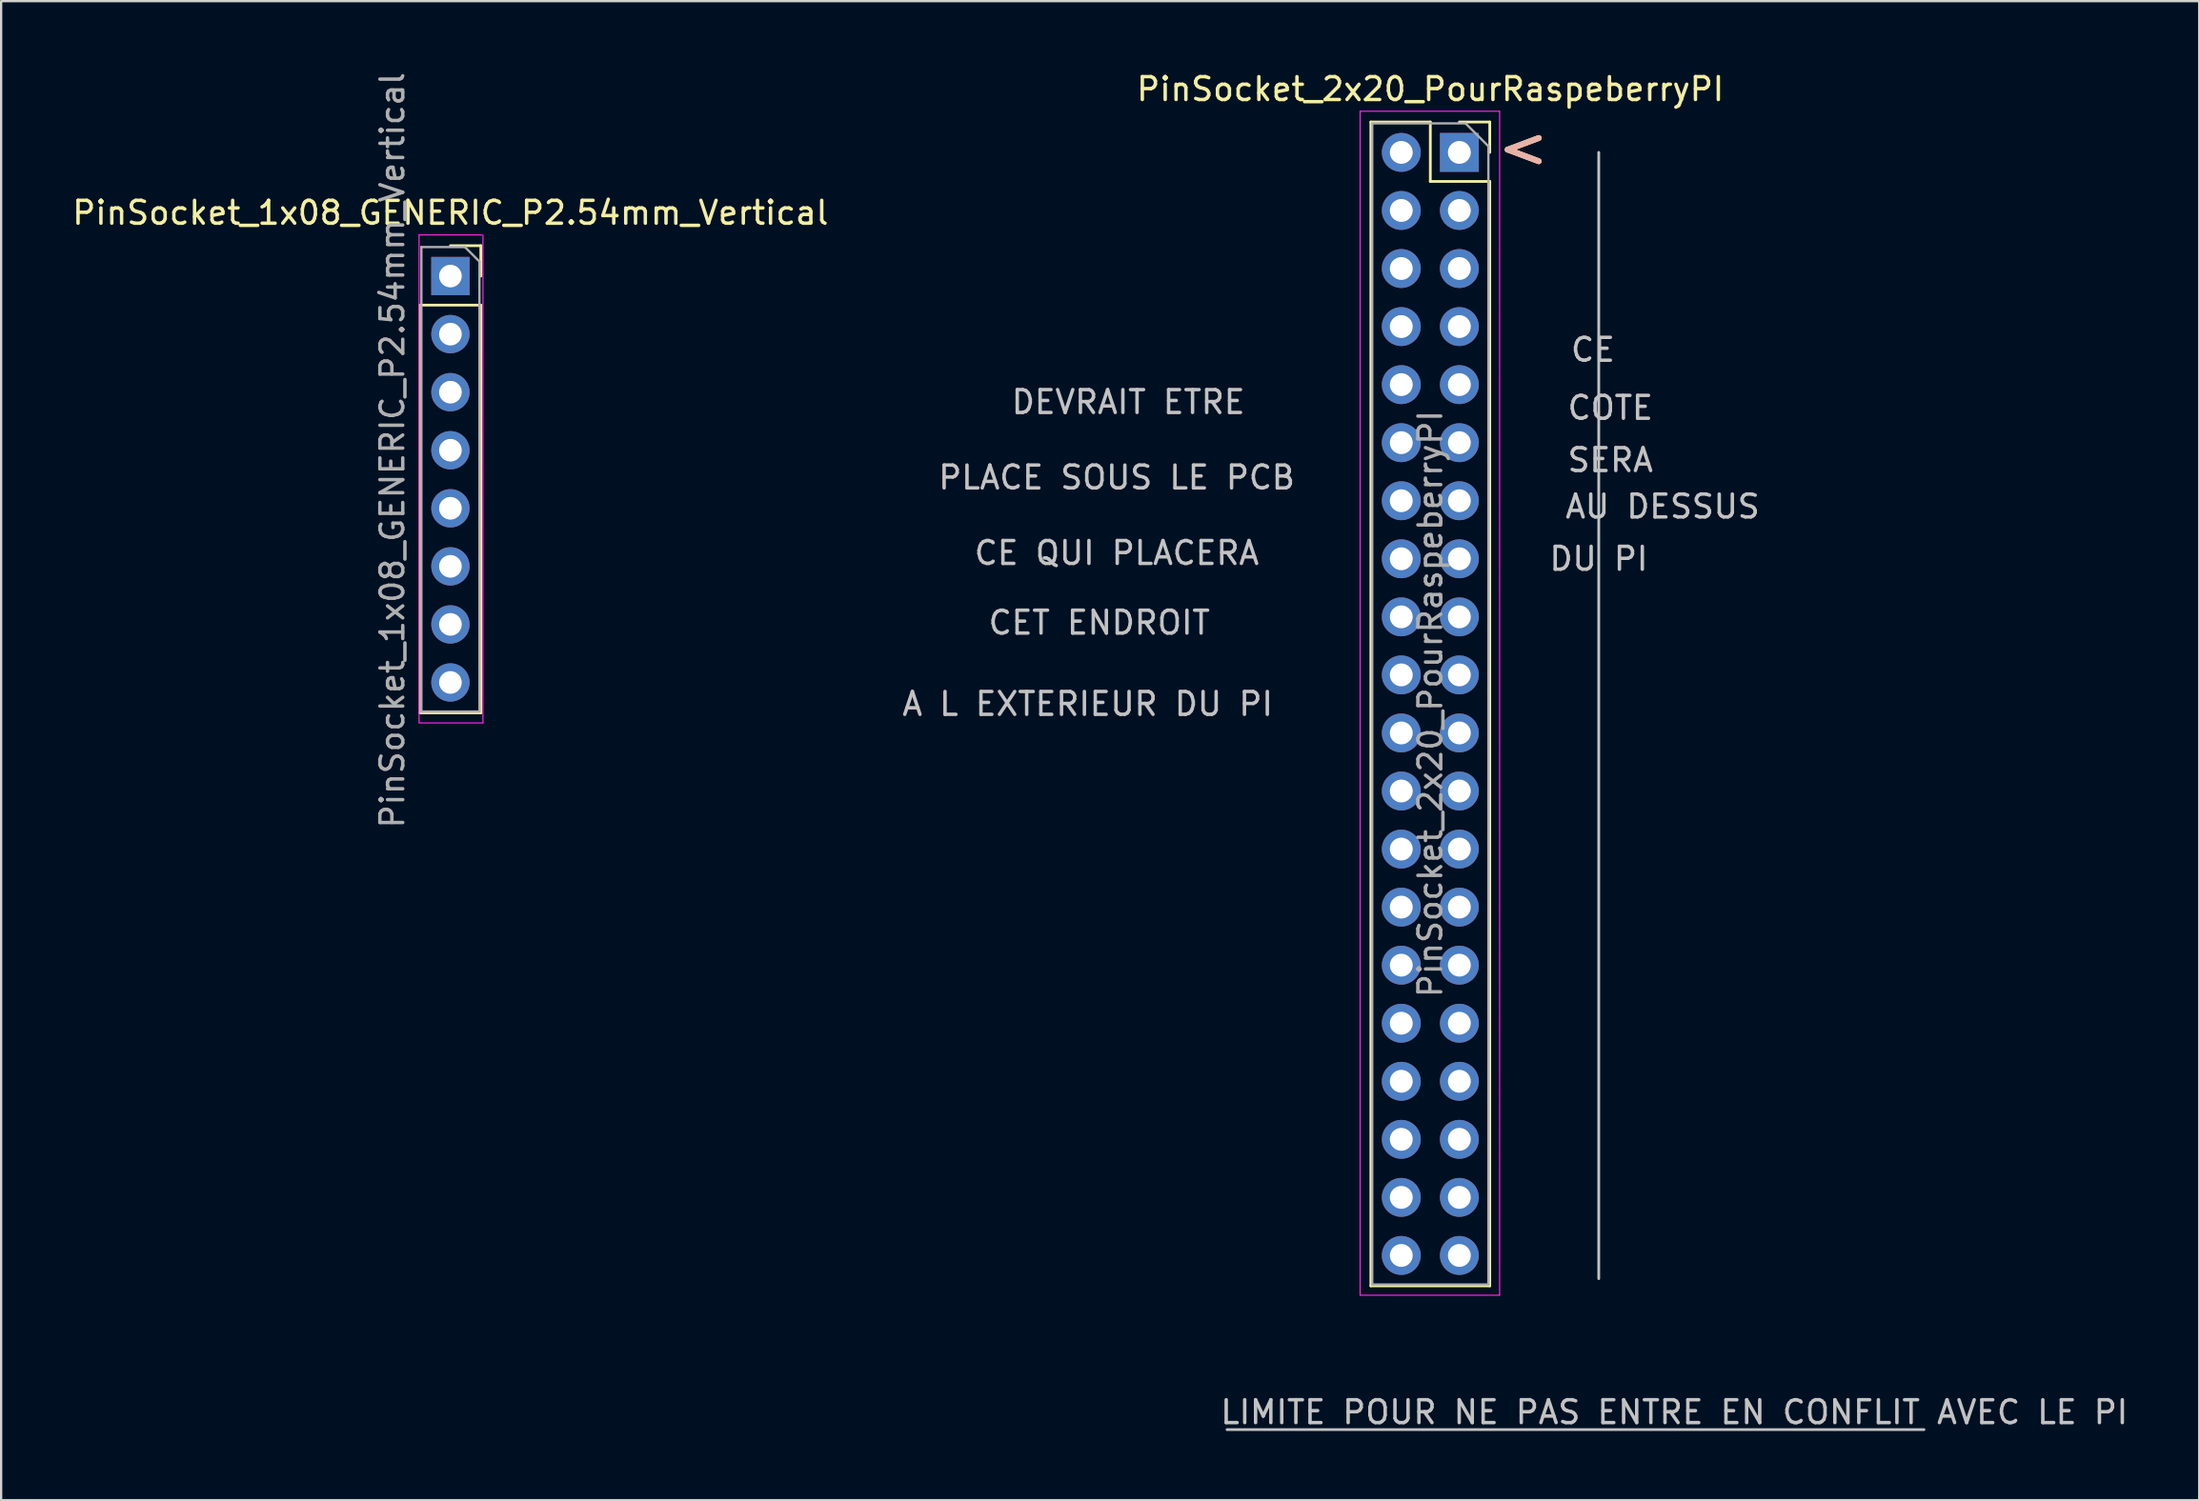
<source format=kicad_pcb>
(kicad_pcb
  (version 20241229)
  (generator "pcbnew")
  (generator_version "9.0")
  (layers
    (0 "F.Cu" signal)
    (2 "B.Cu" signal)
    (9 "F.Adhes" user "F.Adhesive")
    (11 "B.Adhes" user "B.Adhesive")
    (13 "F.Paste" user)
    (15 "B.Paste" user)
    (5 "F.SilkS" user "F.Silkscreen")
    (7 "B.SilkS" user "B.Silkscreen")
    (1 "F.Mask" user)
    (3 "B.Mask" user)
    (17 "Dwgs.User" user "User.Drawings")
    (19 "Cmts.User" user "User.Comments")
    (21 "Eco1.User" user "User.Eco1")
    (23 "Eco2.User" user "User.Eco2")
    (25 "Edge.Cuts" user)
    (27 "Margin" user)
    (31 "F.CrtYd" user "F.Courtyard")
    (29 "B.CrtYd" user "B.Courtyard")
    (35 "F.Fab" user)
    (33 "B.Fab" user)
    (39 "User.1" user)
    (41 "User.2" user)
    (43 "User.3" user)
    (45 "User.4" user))
  (footprint "PinSocket_2x20_PourRaspeberryPI"
    (layer "F.Cu")
    (at 60.774 3.618)
    (property "Reference" "PinSocket_2x20_PourRaspeberryPI" (at -1.27 -2.77 0) (layer "F.SilkS") (effects (font (size 1 1) (thickness 0.15))))
    (attr through_hole)
    (fp_line (start -3.87 -1.33) (end -3.87 49.59) (stroke (width 0.12) (type solid)) (layer "F.SilkS"))
    (fp_line (start -3.87 -1.33) (end -1.27 -1.33) (stroke (width 0.12) (type solid)) (layer "F.SilkS"))
    (fp_line (start -3.87 49.59) (end 1.33 49.59) (stroke (width 0.12) (type solid)) (layer "F.SilkS"))
    (fp_line (start -1.27 -1.33) (end -1.27 1.27) (stroke (width 0.12) (type solid)) (layer "F.SilkS"))
    (fp_line (start -1.27 1.27) (end 1.33 1.27) (stroke (width 0.12) (type solid)) (layer "F.SilkS"))
    (fp_line (start 0 -1.33) (end 1.33 -1.33) (stroke (width 0.12) (type solid)) (layer "F.SilkS"))
    (fp_line (start 1.33 -1.33) (end 1.33 0) (stroke (width 0.12) (type solid)) (layer "F.SilkS"))
    (fp_line (start 1.33 1.27) (end 1.33 49.59) (stroke (width 0.12) (type solid)) (layer "F.SilkS"))
    (fp_line (start -10.16 55.88) (end 20.32 55.88) (stroke (width 0.12) (type solid)) (layer "Dwgs.User"))
    (fp_line (start 6.096 49.276) (end 6.096 0) (stroke (width 0.12) (type solid)) (layer "Dwgs.User"))
    (fp_line (start -4.34 -1.8) (end 1.76 -1.8) (stroke (width 0.05) (type solid)) (layer "F.CrtYd"))
    (fp_line (start -4.34 50) (end -4.34 -1.8) (stroke (width 0.05) (type solid)) (layer "F.CrtYd"))
    (fp_line (start 1.76 -1.8) (end 1.76 50) (stroke (width 0.05) (type solid)) (layer "F.CrtYd"))
    (fp_line (start 1.76 50) (end -4.34 50) (stroke (width 0.05) (type solid)) (layer "F.CrtYd"))
    (fp_line (start -3.81 -1.27) (end 0.27 -1.27) (stroke (width 0.1) (type solid)) (layer "F.Fab"))
    (fp_line (start -3.81 49.53) (end -3.81 -1.27) (stroke (width 0.1) (type solid)) (layer "F.Fab"))
    (fp_line (start 0.27 -1.27) (end 1.27 -0.27) (stroke (width 0.1) (type solid)) (layer "F.Fab"))
    (fp_line (start 1.27 -0.27) (end 1.27 49.53) (stroke (width 0.1) (type solid)) (layer "F.Fab"))
    (fp_line (start 1.27 49.53) (end -3.81 49.53) (stroke (width 0.1) (type solid)) (layer "F.Fab"))
    (fp_text user "<" (at 2.794 -0.254 0) (unlocked yes) (layer "F.SilkS") (effects (font (size 1.778 1.778) (thickness 0.254))))
    (fp_text user "<" (at 2.794 -0.254 0) (unlocked yes) (layer "B.SilkS") (effects (font (size 1.778 1.778) (thickness 0.254))))
    (fp_text user "DEVRAIT ETRE" (at -14.478 10.922 0) (layer "Dwgs.User") (effects (font (size 1 1) (thickness 0.15))))
    (fp_text user "CE" (at 5.842 8.636 0) (layer "Dwgs.User") (effects (font (size 1 1) (thickness 0.15))))
    (fp_text user "SERA" (at 6.604 13.462 0) (layer "Dwgs.User") (effects (font (size 1 1) (thickness 0.15))))
    (fp_text user "CET ENDROIT" (at -15.748 20.574 0) (layer "Dwgs.User") (effects (font (size 1 1) (thickness 0.15))))
    (fp_text user "AU DESSUS" (at 8.89 15.494 0) (layer "Dwgs.User") (effects (font (size 1 1) (thickness 0.15))))
    (fp_text user "DU PI" (at 6.096 17.78 0) (layer "Dwgs.User") (effects (font (size 1 1) (thickness 0.15))))
    (fp_text user "CE QUI PLACERA" (at -14.986 17.526 0) (layer "Dwgs.User") (effects (font (size 1 1) (thickness 0.15))))
    (fp_text user "LIMITE POUR NE PAS ENTRE EN CONFLIT AVEC LE PI" (at 9.398 55.118 0) (layer "Dwgs.User") (effects (font (size 1 1) (thickness 0.15))))
    (fp_text user "COTE" (at 6.604 11.176 0) (layer "Dwgs.User") (effects (font (size 1 1) (thickness 0.15))))
    (fp_text user "PLACE SOUS LE PCB" (at -14.986 14.224 0) (layer "Dwgs.User") (effects (font (size 1 1) (thickness 0.15))))
    (fp_text user "A L EXTERIEUR DU PI" (at -16.256 24.13 0) (layer "Dwgs.User") (effects (font (size 1 1) (thickness 0.15))))
    (fp_text user "${REFERENCE}" (at -1.27 24.13 90) (layer "F.Fab") (effects (font (size 1 1) (thickness 0.15))))
    (pad "1" thru_hole rect (at 0 0) (size 1.7 1.7) (drill 1) (layers "*.Cu" "*.Mask"))
    (pad "2" thru_hole oval (at -2.54 0) (size 1.7 1.7) (drill 1) (layers "*.Cu" "*.Mask"))
    (pad "3" thru_hole oval (at 0 2.54) (size 1.7 1.7) (drill 1) (layers "*.Cu" "*.Mask"))
    (pad "4" thru_hole oval (at -2.54 2.54) (size 1.7 1.7) (drill 1) (layers "*.Cu" "*.Mask"))
    (pad "5" thru_hole oval (at 0 5.08) (size 1.7 1.7) (drill 1) (layers "*.Cu" "*.Mask"))
    (pad "6" thru_hole oval (at -2.54 5.08) (size 1.7 1.7) (drill 1) (layers "*.Cu" "*.Mask"))
    (pad "7" thru_hole oval (at 0 7.62) (size 1.7 1.7) (drill 1) (layers "*.Cu" "*.Mask"))
    (pad "8" thru_hole oval (at -2.54 7.62) (size 1.7 1.7) (drill 1) (layers "*.Cu" "*.Mask"))
    (pad "9" thru_hole oval (at 0 10.16) (size 1.7 1.7) (drill 1) (layers "*.Cu" "*.Mask"))
    (pad "10" thru_hole oval (at -2.54 10.16) (size 1.7 1.7) (drill 1) (layers "*.Cu" "*.Mask"))
    (pad "11" thru_hole oval (at 0 12.7) (size 1.7 1.7) (drill 1) (layers "*.Cu" "*.Mask"))
    (pad "12" thru_hole oval (at -2.54 12.7) (size 1.7 1.7) (drill 1) (layers "*.Cu" "*.Mask"))
    (pad "13" thru_hole oval (at 0 15.24) (size 1.7 1.7) (drill 1) (layers "*.Cu" "*.Mask"))
    (pad "14" thru_hole oval (at -2.54 15.24) (size 1.7 1.7) (drill 1) (layers "*.Cu" "*.Mask"))
    (pad "15" thru_hole oval (at 0 17.78) (size 1.7 1.7) (drill 1) (layers "*.Cu" "*.Mask"))
    (pad "16" thru_hole oval (at -2.54 17.78) (size 1.7 1.7) (drill 1) (layers "*.Cu" "*.Mask"))
    (pad "17" thru_hole oval (at 0 20.32) (size 1.7 1.7) (drill 1) (layers "*.Cu" "*.Mask"))
    (pad "18" thru_hole oval (at -2.54 20.32) (size 1.7 1.7) (drill 1) (layers "*.Cu" "*.Mask"))
    (pad "19" thru_hole oval (at 0 22.86) (size 1.7 1.7) (drill 1) (layers "*.Cu" "*.Mask"))
    (pad "20" thru_hole oval (at -2.54 22.86) (size 1.7 1.7) (drill 1) (layers "*.Cu" "*.Mask"))
    (pad "21" thru_hole oval (at 0 25.4) (size 1.7 1.7) (drill 1) (layers "*.Cu" "*.Mask"))
    (pad "22" thru_hole oval (at -2.54 25.4) (size 1.7 1.7) (drill 1) (layers "*.Cu" "*.Mask"))
    (pad "23" thru_hole oval (at 0 27.94) (size 1.7 1.7) (drill 1) (layers "*.Cu" "*.Mask"))
    (pad "24" thru_hole oval (at -2.54 27.94) (size 1.7 1.7) (drill 1) (layers "*.Cu" "*.Mask"))
    (pad "25" thru_hole oval (at 0 30.48) (size 1.7 1.7) (drill 1) (layers "*.Cu" "*.Mask"))
    (pad "26" thru_hole oval (at -2.54 30.48) (size 1.7 1.7) (drill 1) (layers "*.Cu" "*.Mask"))
    (pad "27" thru_hole oval (at 0 33.02) (size 1.7 1.7) (drill 1) (layers "*.Cu" "*.Mask"))
    (pad "28" thru_hole oval (at -2.54 33.02) (size 1.7 1.7) (drill 1) (layers "*.Cu" "*.Mask"))
    (pad "29" thru_hole oval (at 0 35.56) (size 1.7 1.7) (drill 1) (layers "*.Cu" "*.Mask"))
    (pad "30" thru_hole oval (at -2.54 35.56) (size 1.7 1.7) (drill 1) (layers "*.Cu" "*.Mask"))
    (pad "31" thru_hole oval (at 0 38.1) (size 1.7 1.7) (drill 1) (layers "*.Cu" "*.Mask"))
    (pad "32" thru_hole oval (at -2.54 38.1) (size 1.7 1.7) (drill 1) (layers "*.Cu" "*.Mask"))
    (pad "33" thru_hole oval (at 0 40.64) (size 1.7 1.7) (drill 1) (layers "*.Cu" "*.Mask"))
    (pad "34" thru_hole oval (at -2.54 40.64) (size 1.7 1.7) (drill 1) (layers "*.Cu" "*.Mask"))
    (pad "35" thru_hole oval (at 0 43.18) (size 1.7 1.7) (drill 1) (layers "*.Cu" "*.Mask"))
    (pad "36" thru_hole oval (at -2.54 43.18) (size 1.7 1.7) (drill 1) (layers "*.Cu" "*.Mask"))
    (pad "37" thru_hole oval (at 0 45.72) (size 1.7 1.7) (drill 1) (layers "*.Cu" "*.Mask"))
    (pad "38" thru_hole oval (at -2.54 45.72) (size 1.7 1.7) (drill 1) (layers "*.Cu" "*.Mask"))
    (pad "39" thru_hole oval (at 0 48.26) (size 1.7 1.7) (drill 1) (layers "*.Cu" "*.Mask"))
    (pad "40" thru_hole oval (at -2.54 48.26) (size 1.7 1.7) (drill 1) (layers "*.Cu" "*.Mask")))
  (footprint "PinSocket_1x08_GENERIC_P2.54mm_Vertical"
    (layer "F.Cu")
    (at 16.649 9.029)
    (property "Reference" "PinSocket_1x08_GENERIC_P2.54mm_Vertical" (at 0 -2.77 0) (layer "F.SilkS") (effects (font (size 1 1) (thickness 0.15))))
    (attr through_hole)
    (fp_line (start -1.33 1.27) (end -1.33 19.11) (stroke (width 0.12) (type solid)) (layer "F.SilkS"))
    (fp_line (start -1.33 1.27) (end 1.33 1.27) (stroke (width 0.12) (type solid)) (layer "F.SilkS"))
    (fp_line (start -1.33 19.11) (end 1.33 19.11) (stroke (width 0.12) (type solid)) (layer "F.SilkS"))
    (fp_line (start 0 -1.33) (end 1.33 -1.33) (stroke (width 0.12) (type solid)) (layer "F.SilkS"))
    (fp_line (start 1.33 -1.33) (end 1.33 0) (stroke (width 0.12) (type solid)) (layer "F.SilkS"))
    (fp_line (start 1.33 1.27) (end 1.33 19.11) (stroke (width 0.12) (type solid)) (layer "F.SilkS"))
    (fp_line (start -1.372 -1.8) (end 1.372 -1.8) (stroke (width 0.05) (type solid)) (layer "F.CrtYd"))
    (fp_line (start -1.372 19.528) (end -1.372 -1.8) (stroke (width 0.05) (type solid)) (layer "F.CrtYd"))
    (fp_line (start 1.422 -1.8) (end 1.422 19.55) (stroke (width 0.05) (type solid)) (layer "F.CrtYd"))
    (fp_line (start 1.422 19.55) (end -1.372 19.55) (stroke (width 0.05) (type solid)) (layer "F.CrtYd"))
    (fp_line (start -1.27 -1.27) (end 0.635 -1.27) (stroke (width 0.1) (type solid)) (layer "F.Fab"))
    (fp_line (start -1.27 19.05) (end -1.27 -1.27) (stroke (width 0.1) (type solid)) (layer "F.Fab"))
    (fp_line (start 0.635 -1.27) (end 1.27 -0.635) (stroke (width 0.1) (type solid)) (layer "F.Fab"))
    (fp_line (start 1.27 -0.635) (end 1.27 19.05) (stroke (width 0.1) (type solid)) (layer "F.Fab"))
    (fp_line (start 1.27 19.05) (end -1.27 19.05) (stroke (width 0.1) (type solid)) (layer "F.Fab"))
    (fp_text user "${REFERENCE}" (at -2.54 7.62 90) (layer "F.Fab") (effects (font (size 1 1) (thickness 0.15))))
    (pad "1" thru_hole rect (at 0 0) (size 1.676 1.676) (drill 0.991) (layers "*.Cu" "*.Mask"))
    (pad "2" thru_hole circle (at 0 2.54) (size 1.676 1.676) (drill 0.991) (layers "*.Cu" "*.Mask"))
    (pad "3" thru_hole circle (at 0 5.08) (size 1.676 1.676) (drill 0.991) (layers "*.Cu" "*.Mask"))
    (pad "4" thru_hole circle (at 0 7.62) (size 1.676 1.676) (drill 0.991) (layers "*.Cu" "*.Mask"))
    (pad "5" thru_hole circle (at 0 10.16) (size 1.676 1.676) (drill 0.991) (layers "*.Cu" "*.Mask"))
    (pad "6" thru_hole circle (at 0 12.7) (size 1.676 1.676) (drill 0.991) (layers "*.Cu" "*.Mask"))
    (pad "7" thru_hole circle (at 0 15.24) (size 1.676 1.676) (drill 0.991) (layers "*.Cu" "*.Mask"))
    (pad "8" thru_hole circle (at 0 17.78) (size 1.676 1.676) (drill 0.991) (layers "*.Cu" "*.Mask")))
  (gr_rect
    (start -3 -3)
    (end 93.13 62.584)
    (stroke (width 0.1) (type default))
    (fill no)
    (layer "Edge.Cuts")))
</source>
